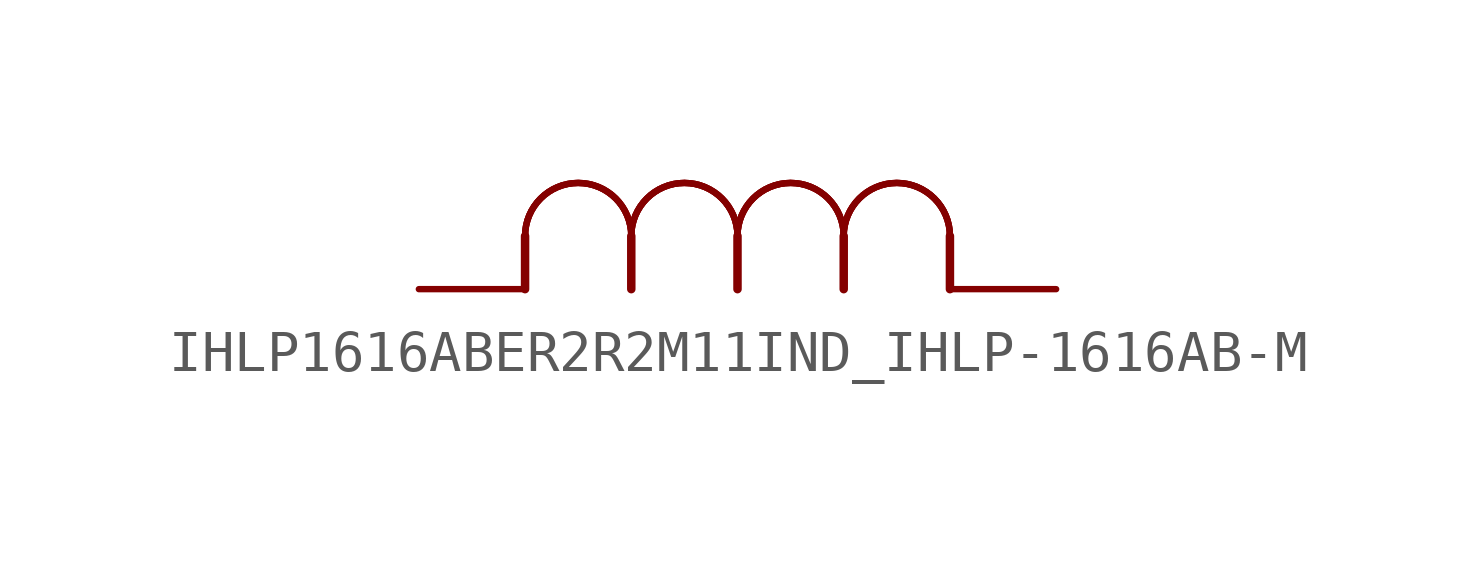
<source format=kicad_sym>
(kicad_symbol_lib
  (version 20231120)
  (generator "kicad_symbol_editor")
  (generator_version "8.0")
  (symbol "IHLP1616ABER2R2M11IND_IHLP-1616AB-M"
    (property "Reference" "L"
      (at -0.914 3.353 0)
      (effects (font (size 3.48 2.958)) (justify left bottom) (hide yes)))
    (property "ki_locked" ""
      (at 0 0 0)
      (effects (font (size 1.27 1.27))))
    (symbol "IHLP1616ABER2R2M11IND_IHLP-1616AB-M_1_0"
      (polyline (pts (xy 2.54 0) (xy 2.54 1.27)) (stroke (width 0.203) (type solid)) (fill (type none)))
      (polyline (pts (xy 5.08 0) (xy 5.08 1.27)) (stroke (width 0.203) (type solid)) (fill (type none)))
      (polyline (pts (xy 7.62 0) (xy 7.62 1.27)) (stroke (width 0.203) (type solid)) (fill (type none)))
      (polyline (pts (xy 10.16 0) (xy 10.16 1.27)) (stroke (width 0.203) (type solid)) (fill (type none)))
      (polyline (pts (xy 12.7 0) (xy 12.7 1.27)) (stroke (width 0.203) (type solid)) (fill (type none)))
      (arc (start 5.08 1.27) (mid 3.81 2.54) (end 2.54 1.27) (stroke (width 0.1524) (type solid)) (fill (type none)))
      (arc (start 5.08 1.27) (mid 3.81 2.54) (end 2.54 1.27) (stroke (width 0.1524) (type solid)) (fill (type none)))
      (arc (start 5.08 1.27) (mid 3.81 2.54) (end 2.54 1.27) (stroke (width 0.1524) (type solid)) (fill (type none)))
      (arc (start 7.62 1.27) (mid 6.35 2.54) (end 5.08 1.27) (stroke (width 0.1524) (type solid)) (fill (type none)))
      (arc (start 7.62 1.27) (mid 6.35 2.54) (end 5.08 1.27) (stroke (width 0.1524) (type solid)) (fill (type none)))
      (arc (start 7.62 1.27) (mid 6.35 2.54) (end 5.08 1.27) (stroke (width 0.1524) (type solid)) (fill (type none)))
      (arc (start 10.16 1.27) (mid 8.89 2.54) (end 7.62 1.27) (stroke (width 0.1524) (type solid)) (fill (type none)))
      (arc (start 10.16 1.27) (mid 8.89 2.54) (end 7.62 1.27) (stroke (width 0.1524) (type solid)) (fill (type none)))
      (arc (start 10.16 1.27) (mid 8.89 2.54) (end 7.62 1.27) (stroke (width 0.1524) (type solid)) (fill (type none)))
      (arc (start 12.7 1.27) (mid 11.43 2.54) (end 10.16 1.27) (stroke (width 0.1524) (type solid)) (fill (type none)))
      (arc (start 12.7 1.27) (mid 11.43 2.54) (end 10.16 1.27) (stroke (width 0.1524) (type solid)) (fill (type none)))
      (arc (start 12.7 1.27) (mid 11.43 2.54) (end 10.16 1.27) (stroke (width 0.1524) (type solid)) (fill (type none)))
      (pin passive line (at 15.24 0 180) (length 2.54) (name "1" (effects (font (size 0 0)))) (number "1" (effects (font (size 0 0)))))
      (pin passive line (at 0 0 0) (length 2.54) (name "2" (effects (font (size 0 0)))) (number "2" (effects (font (size 0 0))))))))
</source>
